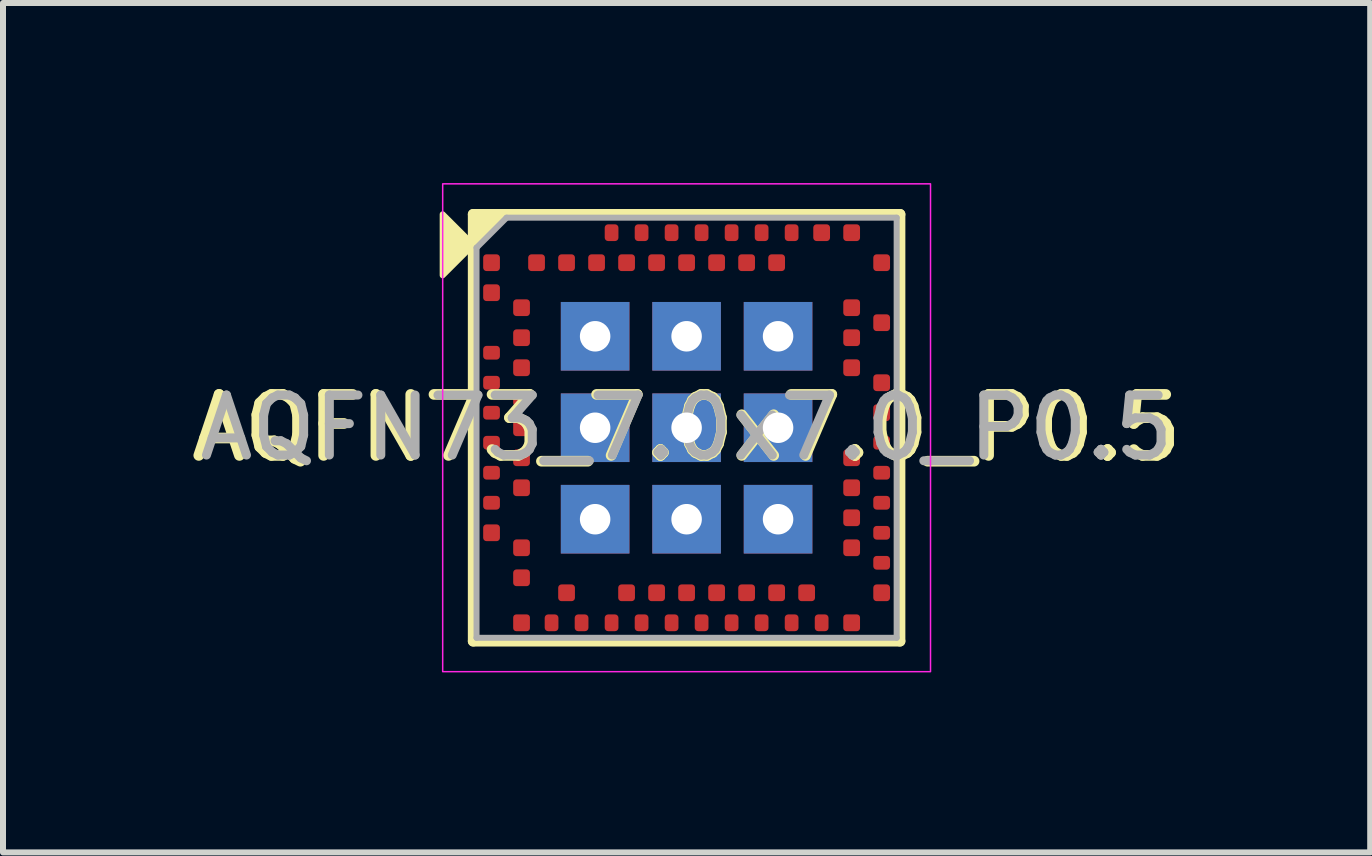
<source format=kicad_pcb>
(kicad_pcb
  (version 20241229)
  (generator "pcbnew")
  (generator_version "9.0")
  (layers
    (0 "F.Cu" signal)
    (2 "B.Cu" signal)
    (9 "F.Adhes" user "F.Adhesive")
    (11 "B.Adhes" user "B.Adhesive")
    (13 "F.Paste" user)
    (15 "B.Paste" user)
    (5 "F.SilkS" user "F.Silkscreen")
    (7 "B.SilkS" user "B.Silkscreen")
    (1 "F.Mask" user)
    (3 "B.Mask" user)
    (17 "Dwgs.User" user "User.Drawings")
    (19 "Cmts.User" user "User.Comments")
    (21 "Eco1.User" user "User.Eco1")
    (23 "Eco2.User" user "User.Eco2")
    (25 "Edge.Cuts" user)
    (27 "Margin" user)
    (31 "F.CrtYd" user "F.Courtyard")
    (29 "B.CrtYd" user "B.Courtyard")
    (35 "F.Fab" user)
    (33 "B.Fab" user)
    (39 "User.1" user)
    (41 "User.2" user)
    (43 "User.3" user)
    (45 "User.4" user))
  (footprint "AQFN73_7.0x7.0_P0.5"
    (layer "F.Cu")
    (at 8.39 4.077)
    (property "Reference" "AQFN73_7.0x7.0_P0.5" (at 0 0 0) (layer "F.SilkS") (effects (font (size 1.016 1.016) (thickness 0.178))))
    (attr smd)
    (fp_line (start -3.556 3.556) (end -3.556 -3.556) (stroke (width 0.178) (type solid)) (layer "F.SilkS"))
    (fp_line (start -3.556 3.556) (end 3.556 3.556) (stroke (width 0.178) (type solid)) (layer "F.SilkS"))
    (fp_line (start 3.556 -3.556) (end -3.556 -3.556) (stroke (width 0.178) (type solid)) (layer "F.SilkS"))
    (fp_line (start 3.556 -3.556) (end 3.556 3.556) (stroke (width 0.178) (type solid)) (layer "F.SilkS"))
    (fp_poly (pts (xy -3.556 -3.048) (xy -4.064 -2.54) (xy -4.064 -3.556)) (stroke (width 0.1) (type solid)) (fill yes) (layer "F.SilkS"))
    (fp_poly (pts (xy -3.556 -3.048) (xy -3.556 -3.556) (xy -3.048 -3.556)) (stroke (width 0.1) (type solid)) (fill yes) (layer "F.SilkS"))
    (fp_rect (start -4.064 -4.064) (end 4.064 4.064) (stroke (width 0.025) (type solid)) (fill no) (layer "F.CrtYd"))
    (fp_line (start -3.5 -3) (end -3.5 3.5) (stroke (width 0.1) (type solid)) (layer "F.Fab"))
    (fp_line (start -3.5 -3) (end -3 -3.5) (stroke (width 0.1) (type solid)) (layer "F.Fab"))
    (fp_line (start -3.5 3.5) (end 3.5 3.5) (stroke (width 0.1) (type solid)) (layer "F.Fab"))
    (fp_line (start -3 -3.5) (end 3.5 -3.5) (stroke (width 0.1) (type solid)) (layer "F.Fab"))
    (fp_line (start 3.5 -3.5) (end 3.5 3.5) (stroke (width 0.1) (type solid)) (layer "F.Fab"))
    (fp_text user "${REFERENCE}" (at 0 0 0) (layer "F.Fab") (effects (font (size 1 1) (thickness 0.15))))
    (pad "A8" smd roundrect (at -1.25 -3.25) (size 0.229 0.279) (layers "F.Cu" "F.Mask" "F.Paste") (roundrect_rratio 0.25))
    (pad "A10" smd roundrect (at -0.75 -3.25) (size 0.229 0.279) (layers "F.Cu" "F.Mask" "F.Paste") (roundrect_rratio 0.25))
    (pad "A12" smd roundrect (at -0.25 -3.25) (size 0.229 0.279) (layers "F.Cu" "F.Mask" "F.Paste") (roundrect_rratio 0.25))
    (pad "A14" smd roundrect (at 0.25 -3.25 180) (size 0.229 0.279) (layers "F.Cu" "F.Mask" "F.Paste") (roundrect_rratio 0.25))
    (pad "A16" smd roundrect (at 0.75 -3.25) (size 0.229 0.279) (layers "F.Cu" "F.Mask" "F.Paste") (roundrect_rratio 0.25))
    (pad "A18" smd roundrect (at 1.25 -3.25) (size 0.229 0.279) (layers "F.Cu" "F.Mask" "F.Paste") (roundrect_rratio 0.25))
    (pad "A20" smd roundrect (at 1.75 -3.25) (size 0.229 0.279) (layers "F.Cu" "F.Mask" "F.Paste") (roundrect_rratio 0.25))
    (pad "A22" smd roundrect (at 2.25 -3.25) (size 0.279 0.279) (layers "F.Cu" "F.Mask" "F.Paste") (roundrect_rratio 0.2))
    (pad "A23" smd roundrect (at 2.75 -3.25) (size 0.279 0.279) (layers "F.Cu" "F.Mask" "F.Paste") (roundrect_rratio 0.2))
    (pad "AA24" smd roundrect (at 3.25 2.25) (size 0.279 0.229) (layers "F.Cu" "F.Mask" "F.Paste") (roundrect_rratio 0.25))
    (pad "AB2" smd roundrect (at -2.75 2.5) (size 0.279 0.279) (layers "F.Cu" "F.Mask" "F.Paste") (roundrect_rratio 0.2))
    (pad "AC5" smd roundrect (at -2 2.75) (size 0.279 0.279) (layers "F.Cu" "F.Mask" "F.Paste") (roundrect_rratio 0.2))
    (pad "AC9" smd roundrect (at -1 2.75) (size 0.279 0.279) (layers "F.Cu" "F.Mask" "F.Paste") (roundrect_rratio 0.2))
    (pad "AC11" smd roundrect (at -0.5 2.75) (size 0.279 0.279) (layers "F.Cu" "F.Mask" "F.Paste") (roundrect_rratio 0.2))
    (pad "AC13" smd roundrect (at 0 2.75) (size 0.279 0.279) (layers "F.Cu" "F.Mask" "F.Paste") (roundrect_rratio 0.2))
    (pad "AC15" smd roundrect (at 0.5 2.75) (size 0.279 0.279) (layers "F.Cu" "F.Mask" "F.Paste") (roundrect_rratio 0.2))
    (pad "AC17" smd roundrect (at 1 2.75) (size 0.279 0.279) (layers "F.Cu" "F.Mask" "F.Paste") (roundrect_rratio 0.2))
    (pad "AC19" smd roundrect (at 1.5 2.75 180) (size 0.279 0.279) (layers "F.Cu" "F.Mask" "F.Paste") (roundrect_rratio 0.2))
    (pad "AC21" smd roundrect (at 2 2.75) (size 0.279 0.279) (layers "F.Cu" "F.Mask" "F.Paste") (roundrect_rratio 0.2))
    (pad "AC24" smd roundrect (at 3.25 2.75) (size 0.279 0.279) (layers "F.Cu" "F.Mask" "F.Paste") (roundrect_rratio 0.2))
    (pad "AD2" smd roundrect (at -2.75 3.25) (size 0.279 0.279) (layers "F.Cu" "F.Mask" "F.Paste") (roundrect_rratio 0.182))
    (pad "AD4" smd roundrect (at -2.25 3.25) (size 0.229 0.279) (layers "F.Cu" "F.Mask" "F.Paste") (roundrect_rratio 0.25))
    (pad "AD6" smd roundrect (at -1.75 3.25) (size 0.229 0.279) (layers "F.Cu" "F.Mask" "F.Paste") (roundrect_rratio 0.25))
    (pad "AD8" smd roundrect (at -1.25 3.25) (size 0.229 0.279) (layers "F.Cu" "F.Mask" "F.Paste") (roundrect_rratio 0.25))
    (pad "AD10" smd roundrect (at -0.75 3.25 180) (size 0.229 0.279) (layers "F.Cu" "F.Mask" "F.Paste") (roundrect_rratio 0.25))
    (pad "AD12" smd roundrect (at -0.25 3.25) (size 0.229 0.279) (layers "F.Cu" "F.Mask" "F.Paste") (roundrect_rratio 0.25))
    (pad "AD14" smd roundrect (at 0.25 3.25) (size 0.229 0.279) (layers "F.Cu" "F.Mask" "F.Paste") (roundrect_rratio 0.25))
    (pad "AD16" smd roundrect (at 0.75 3.25) (size 0.229 0.279) (layers "F.Cu" "F.Mask" "F.Paste") (roundrect_rratio 0.25))
    (pad "AD18" smd roundrect (at 1.25 3.25) (size 0.229 0.279) (layers "F.Cu" "F.Mask" "F.Paste") (roundrect_rratio 0.25))
    (pad "AD20" smd roundrect (at 1.75 3.25) (size 0.229 0.279) (layers "F.Cu" "F.Mask" "F.Paste") (roundrect_rratio 0.25))
    (pad "AD22" smd roundrect (at 2.25 3.25) (size 0.229 0.279) (layers "F.Cu" "F.Mask" "F.Paste") (roundrect_rratio 0.25))
    (pad "AD23" smd roundrect (at 2.75 3.25) (size 0.279 0.279) (layers "F.Cu" "F.Mask" "F.Paste") (roundrect_rratio 0.182))
    (pad "B1" smd roundrect (at -3.25 -2.75) (size 0.279 0.279) (layers "F.Cu" "F.Mask" "F.Paste") (roundrect_rratio 0.2))
    (pad "B3" smd roundrect (at -2.5 -2.75) (size 0.279 0.279) (layers "F.Cu" "F.Mask" "F.Paste") (roundrect_rratio 0.2))
    (pad "B5" smd roundrect (at -2 -2.75) (size 0.279 0.279) (layers "F.Cu" "F.Mask" "F.Paste") (roundrect_rratio 0.2))
    (pad "B7" smd roundrect (at -1.5 -2.75) (size 0.279 0.279) (layers "F.Cu" "F.Mask" "F.Paste") (roundrect_rratio 0.2))
    (pad "B9" smd roundrect (at -1 -2.75) (size 0.279 0.279) (layers "F.Cu" "F.Mask" "F.Paste") (roundrect_rratio 0.2))
    (pad "B11" smd roundrect (at -0.5 -2.75) (size 0.279 0.279) (layers "F.Cu" "F.Mask" "F.Paste") (roundrect_rratio 0.2))
    (pad "B13" smd roundrect (at 0 -2.75) (size 0.279 0.279) (layers "F.Cu" "F.Mask" "F.Paste") (roundrect_rratio 0.2))
    (pad "B15" smd roundrect (at 0.5 -2.75) (size 0.279 0.279) (layers "F.Cu" "F.Mask" "F.Paste") (roundrect_rratio 0.2))
    (pad "B17" smd roundrect (at 1 -2.75) (size 0.279 0.279) (layers "F.Cu" "F.Mask" "F.Paste") (roundrect_rratio 0.2))
    (pad "B19" smd roundrect (at 1.5 -2.75) (size 0.279 0.279) (layers "F.Cu" "F.Mask" "F.Paste") (roundrect_rratio 0.2))
    (pad "B24" smd roundrect (at 3.25 -2.75) (size 0.279 0.279) (layers "F.Cu" "F.Mask" "F.Paste") (roundrect_rratio 0.2))
    (pad "C1" smd roundrect (at -3.25 -2.25) (size 0.279 0.279) (layers "F.Cu" "F.Mask" "F.Paste") (roundrect_rratio 0.2))
    (pad "D2" smd roundrect (at -2.75 -2) (size 0.279 0.279) (layers "F.Cu" "F.Mask" "F.Paste") (roundrect_rratio 0.2))
    (pad "D23" smd roundrect (at 2.75 -2) (size 0.279 0.279) (layers "F.Cu" "F.Mask" "F.Paste") (roundrect_rratio 0.2))
    (pad "E24" smd roundrect (at 3.25 -1.75) (size 0.279 0.279) (layers "F.Cu" "F.Mask" "F.Paste") (roundrect_rratio 0.2))
    (pad "EP" thru_hole circle (at -1.524 -1.524) (size 0.762 0.762) (drill 0.508) (layers "*.Cu" "*.Mask"))
    (pad "EP" smd rect (at -1.524 -1.524) (size 1.143 1.143) (layers "F.Cu" "F.Mask" "F.Paste"))
    (pad "EP" smd rect (at -1.524 -1.524) (size 1.143 1.143) (layers "F.Mask" "B.Cu"))
    (pad "EP" thru_hole circle (at -1.524 0) (size 0.762 0.762) (drill 0.508) (layers "*.Cu" "*.Mask"))
    (pad "EP" smd rect (at -1.524 0) (size 1.143 1.143) (layers "F.Cu" "F.Mask" "F.Paste"))
    (pad "EP" smd rect (at -1.524 0) (size 1.143 1.143) (layers "F.Mask" "B.Cu"))
    (pad "EP" thru_hole circle (at -1.524 1.524) (size 0.762 0.762) (drill 0.508) (layers "*.Cu" "*.Mask"))
    (pad "EP" smd rect (at -1.524 1.524) (size 1.143 1.143) (layers "F.Cu" "F.Mask" "F.Paste"))
    (pad "EP" smd rect (at -1.524 1.524) (size 1.143 1.143) (layers "F.Mask" "B.Cu"))
    (pad "EP" thru_hole circle (at 0 -1.524) (size 0.762 0.762) (drill 0.508) (layers "*.Cu" "*.Mask"))
    (pad "EP" smd rect (at 0 -1.524) (size 1.143 1.143) (layers "F.Cu" "F.Mask" "F.Paste"))
    (pad "EP" smd rect (at 0 -1.524) (size 1.143 1.143) (layers "F.Mask" "B.Cu"))
    (pad "EP" thru_hole circle (at 0 0) (size 0.762 0.762) (drill 0.508) (layers "*.Cu" "*.Mask"))
    (pad "EP" smd rect (at 0 0) (size 1.143 1.143) (layers "F.Cu" "F.Mask" "F.Paste"))
    (pad "EP" smd rect (at 0 0) (size 1.143 1.143) (layers "F.Mask" "B.Cu"))
    (pad "EP" thru_hole circle (at 0 1.524) (size 0.762 0.762) (drill 0.508) (layers "*.Cu" "*.Mask"))
    (pad "EP" smd rect (at 0 1.524) (size 1.143 1.143) (layers "F.Cu" "F.Mask" "F.Paste"))
    (pad "EP" smd rect (at 0 1.524) (size 1.143 1.143) (layers "F.Mask" "B.Cu"))
    (pad "EP" thru_hole circle (at 1.524 -1.524) (size 0.762 0.762) (drill 0.508) (layers "*.Cu" "*.Mask"))
    (pad "EP" smd rect (at 1.524 -1.524) (size 1.143 1.143) (layers "F.Cu" "F.Mask" "F.Paste"))
    (pad "EP" smd rect (at 1.524 -1.524) (size 1.143 1.143) (layers "F.Mask" "B.Cu"))
    (pad "EP" thru_hole circle (at 1.524 0) (size 0.762 0.762) (drill 0.508) (layers "*.Cu" "*.Mask"))
    (pad "EP" smd rect (at 1.524 0) (size 1.143 1.143) (layers "F.Cu" "F.Mask" "F.Paste"))
    (pad "EP" smd rect (at 1.524 0) (size 1.143 1.143) (layers "F.Mask" "B.Cu"))
    (pad "EP" thru_hole circle (at 1.524 1.524) (size 0.762 0.762) (drill 0.508) (layers "*.Cu" "*.Mask"))
    (pad "EP" smd rect (at 1.524 1.524) (size 1.143 1.143) (layers "F.Cu" "F.Mask" "F.Paste"))
    (pad "EP" smd rect (at 1.524 1.524) (size 1.143 1.143) (layers "F.Mask" "B.Cu"))
    (pad "F2" smd roundrect (at -2.75 -1.5) (size 0.279 0.279) (layers "F.Cu" "F.Mask" "F.Paste") (roundrect_rratio 0.2))
    (pad "F23" smd roundrect (at 2.75 -1.5) (size 0.279 0.279) (layers "F.Cu" "F.Mask" "F.Paste") (roundrect_rratio 0.2))
    (pad "G1" smd roundrect (at -3.25 -1.25) (size 0.279 0.229) (layers "F.Cu" "F.Mask" "F.Paste") (roundrect_rratio 0.25))
    (pad "H2" smd roundrect (at -2.75 -1) (size 0.279 0.279) (layers "F.Cu" "F.Mask" "F.Paste") (roundrect_rratio 0.2))
    (pad "H23" smd roundrect (at 2.75 -1) (size 0.279 0.279) (layers "F.Cu" "F.Mask" "F.Paste") (roundrect_rratio 0.2))
    (pad "J1" smd roundrect (at -3.25 -0.75) (size 0.279 0.229) (layers "F.Cu" "F.Mask" "F.Paste") (roundrect_rratio 0.25))
    (pad "J24" smd roundrect (at 3.25 -0.75) (size 0.279 0.279) (layers "F.Cu" "F.Mask" "F.Paste") (roundrect_rratio 0.2))
    (pad "K2" smd roundrect (at -2.75 -0.5) (size 0.279 0.279) (layers "F.Cu" "F.Mask" "F.Paste") (roundrect_rratio 0.2))
    (pad "L1" smd roundrect (at -3.25 -0.25) (size 0.279 0.229) (layers "F.Cu" "F.Mask" "F.Paste") (roundrect_rratio 0.25))
    (pad "L24" smd roundrect (at 3.25 -0.25) (size 0.279 0.279) (layers "F.Cu" "F.Mask" "F.Paste") (roundrect_rratio 0.2))
    (pad "M2" smd roundrect (at -2.75 0) (size 0.279 0.279) (layers "F.Cu" "F.Mask" "F.Paste") (roundrect_rratio 0.2))
    (pad "N1" smd roundrect (at -3.25 0.25) (size 0.279 0.229) (layers "F.Cu" "F.Mask" "F.Paste") (roundrect_rratio 0.25))
    (pad "N24" smd roundrect (at 3.25 0.25) (size 0.279 0.229) (layers "F.Cu" "F.Mask" "F.Paste") (roundrect_rratio 0.25))
    (pad "P2" smd roundrect (at -2.75 0.5) (size 0.279 0.279) (layers "F.Cu" "F.Mask" "F.Paste") (roundrect_rratio 0.2))
    (pad "P23" smd roundrect (at 2.75 0.5) (size 0.279 0.279) (layers "F.Cu" "F.Mask" "F.Paste") (roundrect_rratio 0.2))
    (pad "R1" smd roundrect (at -3.25 0.75) (size 0.279 0.229) (layers "F.Cu" "F.Mask" "F.Paste") (roundrect_rratio 0.25))
    (pad "R24" smd roundrect (at 3.25 0.75) (size 0.279 0.229) (layers "F.Cu" "F.Mask" "F.Paste") (roundrect_rratio 0.25))
    (pad "T2" smd roundrect (at -2.75 1) (size 0.279 0.279) (layers "F.Cu" "F.Mask" "F.Paste") (roundrect_rratio 0.2))
    (pad "T23" smd roundrect (at 2.75 1) (size 0.279 0.279) (layers "F.Cu" "F.Mask" "F.Paste") (roundrect_rratio 0.2))
    (pad "U1" smd roundrect (at -3.25 1.25) (size 0.279 0.229) (layers "F.Cu" "F.Mask" "F.Paste") (roundrect_rratio 0.25))
    (pad "U24" smd roundrect (at 3.25 1.25) (size 0.279 0.229) (layers "F.Cu" "F.Mask" "F.Paste") (roundrect_rratio 0.25))
    (pad "V23" smd roundrect (at 2.75 1.5) (size 0.279 0.279) (layers "F.Cu" "F.Mask" "F.Paste") (roundrect_rratio 0.2))
    (pad "W1" smd roundrect (at -3.25 1.75) (size 0.279 0.279) (layers "F.Cu" "F.Mask" "F.Paste") (roundrect_rratio 0.2))
    (pad "W24" smd roundrect (at 3.25 1.75) (size 0.279 0.229) (layers "F.Cu" "F.Mask" "F.Paste") (roundrect_rratio 0.25))
    (pad "Y2" smd roundrect (at -2.75 2) (size 0.279 0.279) (layers "F.Cu" "F.Mask" "F.Paste") (roundrect_rratio 0.2))
    (pad "Y23" smd roundrect (at 2.75 2) (size 0.279 0.279) (layers "F.Cu" "F.Mask" "F.Paste") (roundrect_rratio 0.2)))
  (gr_rect
    (start -3 -3)
    (end 19.78 11.153)
    (stroke (width 0.1) (type default))
    (fill no)
    (layer "Edge.Cuts")))
</source>
